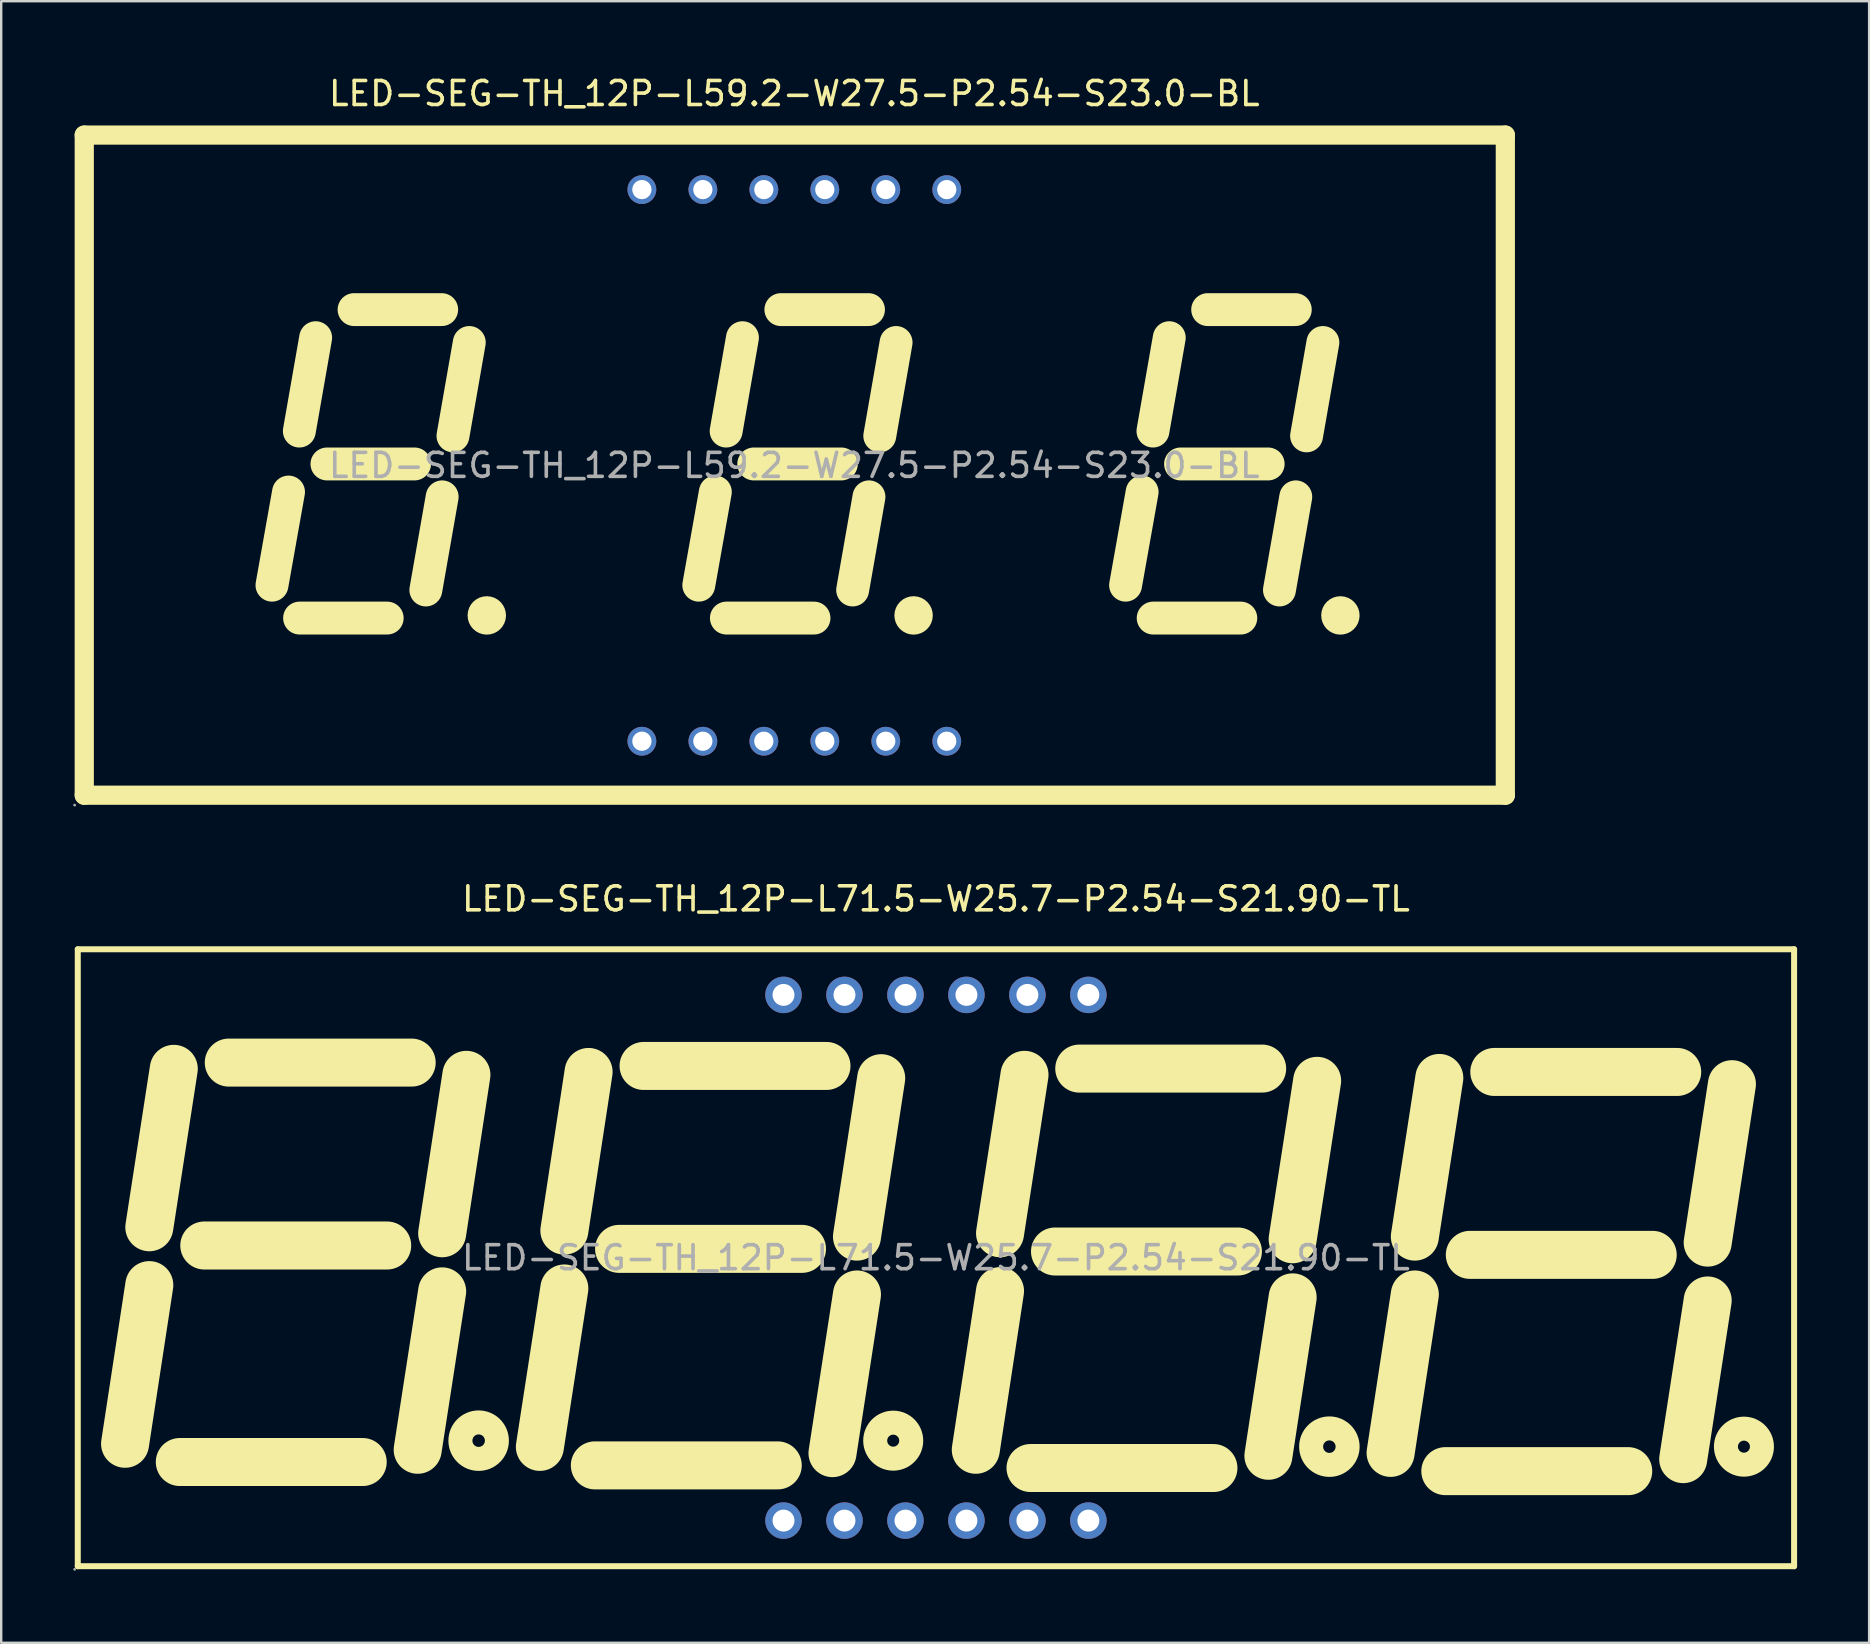
<source format=kicad_pcb>
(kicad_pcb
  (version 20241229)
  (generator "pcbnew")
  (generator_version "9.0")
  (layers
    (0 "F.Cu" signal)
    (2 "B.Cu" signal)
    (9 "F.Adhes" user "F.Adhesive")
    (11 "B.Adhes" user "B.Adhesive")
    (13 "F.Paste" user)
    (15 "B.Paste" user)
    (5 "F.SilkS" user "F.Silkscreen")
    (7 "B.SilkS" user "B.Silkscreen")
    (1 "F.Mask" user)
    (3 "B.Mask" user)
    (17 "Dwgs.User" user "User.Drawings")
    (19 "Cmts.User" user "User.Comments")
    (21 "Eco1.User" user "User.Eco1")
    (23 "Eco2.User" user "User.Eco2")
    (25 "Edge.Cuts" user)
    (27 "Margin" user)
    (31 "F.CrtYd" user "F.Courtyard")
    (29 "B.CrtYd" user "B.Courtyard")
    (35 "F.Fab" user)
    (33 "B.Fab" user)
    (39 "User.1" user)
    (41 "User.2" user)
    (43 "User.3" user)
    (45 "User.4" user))
  (footprint "LED-SEG-TH_12P-L59.2-W27.5-P2.54-S23.0-BL"
    (layer "F.Cu")
    (at 30.04 16.338)
    (property "Reference" "LED-SEG-TH_12P-L59.2-W27.5-P2.54-S23.0-BL" (at 0 -15.49 0) (layer "F.SilkS") (effects (font (size 1 1) (thickness 0.15))))
    (attr through_hole)
    (fp_line (start -29.58 -13.76) (end -29.58 13.74) (stroke (width 0.8) (type solid)) (layer "F.SilkS"))
    (fp_line (start -29.58 13.74) (end 29.62 13.74) (stroke (width 0.8) (type solid)) (layer "F.SilkS"))
    (fp_line (start -21.76 4.99) (end -21.07 1.11) (stroke (width 1.37) (type solid)) (layer "F.SilkS"))
    (fp_line (start -20.62 -1.43) (end -19.94 -5.32) (stroke (width 1.37) (type solid)) (layer "F.SilkS"))
    (fp_line (start -20.61 6.36) (end -16.96 6.36) (stroke (width 1.37) (type solid)) (layer "F.SilkS"))
    (fp_line (start -15.82 -0.06) (end -19.47 -0.06) (stroke (width 1.37) (type solid)) (layer "F.SilkS"))
    (fp_line (start -15.35 5.19) (end -14.67 1.31) (stroke (width 1.37) (type solid)) (layer "F.SilkS"))
    (fp_line (start -14.69 -6.49) (end -18.34 -6.49) (stroke (width 1.37) (type solid)) (layer "F.SilkS"))
    (fp_line (start -14.22 -1.23) (end -13.54 -5.12) (stroke (width 1.37) (type solid)) (layer "F.SilkS"))
    (fp_line (start -3.98 4.99) (end -3.29 1.11) (stroke (width 1.37) (type solid)) (layer "F.SilkS"))
    (fp_line (start -2.84 -1.43) (end -2.16 -5.32) (stroke (width 1.37) (type solid)) (layer "F.SilkS"))
    (fp_line (start -2.83 6.36) (end 0.82 6.36) (stroke (width 1.37) (type solid)) (layer "F.SilkS"))
    (fp_line (start 1.96 -0.06) (end -1.69 -0.06) (stroke (width 1.37) (type solid)) (layer "F.SilkS"))
    (fp_line (start 2.43 5.19) (end 3.11 1.31) (stroke (width 1.37) (type solid)) (layer "F.SilkS"))
    (fp_line (start 3.09 -6.49) (end -0.56 -6.49) (stroke (width 1.37) (type solid)) (layer "F.SilkS"))
    (fp_line (start 3.56 -1.23) (end 4.24 -5.12) (stroke (width 1.37) (type solid)) (layer "F.SilkS"))
    (fp_line (start 13.8 4.99) (end 14.49 1.11) (stroke (width 1.37) (type solid)) (layer "F.SilkS"))
    (fp_line (start 14.94 -1.43) (end 15.62 -5.32) (stroke (width 1.37) (type solid)) (layer "F.SilkS"))
    (fp_line (start 14.95 6.36) (end 18.6 6.36) (stroke (width 1.37) (type solid)) (layer "F.SilkS"))
    (fp_line (start 19.74 -0.06) (end 16.09 -0.06) (stroke (width 1.37) (type solid)) (layer "F.SilkS"))
    (fp_line (start 20.21 5.19) (end 20.89 1.31) (stroke (width 1.37) (type solid)) (layer "F.SilkS"))
    (fp_line (start 20.87 -6.49) (end 17.22 -6.49) (stroke (width 1.37) (type solid)) (layer "F.SilkS"))
    (fp_line (start 21.34 -1.23) (end 22.02 -5.12) (stroke (width 1.37) (type solid)) (layer "F.SilkS"))
    (fp_line (start 29.62 -13.76) (end -29.58 -13.76) (stroke (width 0.8) (type solid)) (layer "F.SilkS"))
    (fp_line (start 29.62 13.74) (end 29.62 -13.76) (stroke (width 0.8) (type solid)) (layer "F.SilkS"))
    (fp_arc (start -12.8 5.95) (mid -12.814999 6.550125) (end -12.810004 5.949833) (stroke (width 1) (type solid)) (layer "F.SilkS"))
    (fp_arc (start 4.98 5.95) (mid 4.965001 6.550125) (end 4.969996 5.949833) (stroke (width 1) (type solid)) (layer "F.SilkS"))
    (fp_arc (start 22.76 5.95) (mid 22.745001 6.550125) (end 22.749996 5.949833) (stroke (width 1) (type solid)) (layer "F.SilkS"))
    (fp_circle (center -29.98 14.15) (end -29.95 14.15) (stroke (width 0.06) (type solid)) (fill no) (layer "F.Fab"))
    (fp_circle (center -6.35 -11.49) (end -6.2 -11.49) (stroke (width 0.3) (type solid)) (fill no) (layer "F.Fab"))
    (fp_circle (center -6.35 11.49) (end -6.2 11.49) (stroke (width 0.3) (type solid)) (fill no) (layer "F.Fab"))
    (fp_circle (center -3.81 -11.49) (end -3.66 -11.49) (stroke (width 0.3) (type solid)) (fill no) (layer "F.Fab"))
    (fp_circle (center -3.81 11.49) (end -3.66 11.49) (stroke (width 0.3) (type solid)) (fill no) (layer "F.Fab"))
    (fp_circle (center -1.27 -11.49) (end -1.12 -11.49) (stroke (width 0.3) (type solid)) (fill no) (layer "F.Fab"))
    (fp_circle (center -1.27 11.49) (end -1.12 11.49) (stroke (width 0.3) (type solid)) (fill no) (layer "F.Fab"))
    (fp_circle (center 1.27 -11.49) (end 1.42 -11.49) (stroke (width 0.3) (type solid)) (fill no) (layer "F.Fab"))
    (fp_circle (center 1.27 11.49) (end 1.42 11.49) (stroke (width 0.3) (type solid)) (fill no) (layer "F.Fab"))
    (fp_circle (center 3.81 -11.49) (end 3.96 -11.49) (stroke (width 0.3) (type solid)) (fill no) (layer "F.Fab"))
    (fp_circle (center 3.81 11.49) (end 3.96 11.49) (stroke (width 0.3) (type solid)) (fill no) (layer "F.Fab"))
    (fp_circle (center 6.35 -11.49) (end 6.5 -11.49) (stroke (width 0.3) (type solid)) (fill no) (layer "F.Fab"))
    (fp_circle (center 6.35 11.49) (end 6.5 11.49) (stroke (width 0.3) (type solid)) (fill no) (layer "F.Fab"))
    (fp_text user "${REFERENCE}" (at 0 0 0) (layer "F.Fab") (effects (font (size 1 1) (thickness 0.15))))
    (pad "1" thru_hole circle (at -6.35 11.49 270) (size 1.2 1.2) (drill 0.8) (layers "*.Cu" "*.Paste" "*.Mask"))
    (pad "2" thru_hole circle (at -3.81 11.49 270) (size 1.2 1.2) (drill 0.8) (layers "*.Cu" "*.Paste" "*.Mask"))
    (pad "3" thru_hole circle (at -1.27 11.49 270) (size 1.2 1.2) (drill 0.8) (layers "*.Cu" "*.Paste" "*.Mask"))
    (pad "4" thru_hole circle (at 1.27 11.49 270) (size 1.2 1.2) (drill 0.8) (layers "*.Cu" "*.Paste" "*.Mask"))
    (pad "5" thru_hole circle (at 3.81 11.49 270) (size 1.2 1.2) (drill 0.8) (layers "*.Cu" "*.Paste" "*.Mask"))
    (pad "6" thru_hole circle (at 6.35 11.49 270) (size 1.2 1.2) (drill 0.8) (layers "*.Cu" "*.Paste" "*.Mask"))
    (pad "7" thru_hole circle (at 6.35 -11.49 270) (size 1.2 1.2) (drill 0.8) (layers "*.Cu" "*.Paste" "*.Mask"))
    (pad "8" thru_hole circle (at 3.81 -11.49 270) (size 1.2 1.2) (drill 0.8) (layers "*.Cu" "*.Paste" "*.Mask"))
    (pad "9" thru_hole circle (at 1.27 -11.49 270) (size 1.2 1.2) (drill 0.8) (layers "*.Cu" "*.Paste" "*.Mask"))
    (pad "10" thru_hole circle (at -1.27 -11.49 270) (size 1.2 1.2) (drill 0.8) (layers "*.Cu" "*.Paste" "*.Mask"))
    (pad "11" thru_hole circle (at -3.81 -11.49 270) (size 1.2 1.2) (drill 0.8) (layers "*.Cu" "*.Paste" "*.Mask"))
    (pad "12" thru_hole circle (at -6.35 -11.49 270) (size 1.2 1.2) (drill 0.8) (layers "*.Cu" "*.Paste" "*.Mask")))
  (footprint "LED-SEG-TH_12P-L71.5-W25.7-P2.54-S21.90-TL"
    (layer "F.Cu")
    (at 35.94 49.346)
    (property "Reference" "LED-SEG-TH_12P-L71.5-W25.7-P2.54-S21.90-TL" (at 0 -14.95 0) (layer "F.SilkS") (effects (font (size 1 1) (thickness 0.15))))
    (attr through_hole)
    (fp_line (start -35.75 -12.85) (end 35.75 -12.85) (stroke (width 0.25) (type solid)) (layer "F.SilkS"))
    (fp_line (start -35.75 12.85) (end -35.75 -12.85) (stroke (width 0.25) (type solid)) (layer "F.SilkS"))
    (fp_line (start -32.77 1.14) (end -33.78 7.75) (stroke (width 2) (type solid)) (layer "F.SilkS"))
    (fp_line (start -31.75 -7.87) (end -32.77 -1.27) (stroke (width 2) (type solid)) (layer "F.SilkS"))
    (fp_line (start -31.5 8.51) (end -23.88 8.51) (stroke (width 2) (type solid)) (layer "F.SilkS"))
    (fp_line (start -30.48 -0.51) (end -22.86 -0.51) (stroke (width 2) (type solid)) (layer "F.SilkS"))
    (fp_line (start -29.46 -8.13) (end -21.84 -8.13) (stroke (width 2) (type solid)) (layer "F.SilkS"))
    (fp_line (start -20.57 1.4) (end -21.59 8) (stroke (width 2) (type solid)) (layer "F.SilkS"))
    (fp_line (start -19.56 -7.62) (end -20.57 -1.02) (stroke (width 2) (type solid)) (layer "F.SilkS"))
    (fp_line (start -15.48 1.28) (end -16.5 7.88) (stroke (width 2) (type solid)) (layer "F.SilkS"))
    (fp_line (start -14.47 -7.74) (end -15.48 -1.13) (stroke (width 2) (type solid)) (layer "F.SilkS"))
    (fp_line (start -14.21 8.65) (end -6.59 8.65) (stroke (width 2) (type solid)) (layer "F.SilkS"))
    (fp_line (start -13.2 -0.37) (end -5.58 -0.37) (stroke (width 2) (type solid)) (layer "F.SilkS"))
    (fp_line (start -12.18 -7.99) (end -4.56 -7.99) (stroke (width 2) (type solid)) (layer "F.SilkS"))
    (fp_line (start -3.29 1.53) (end -4.31 8.14) (stroke (width 2) (type solid)) (layer "F.SilkS"))
    (fp_line (start -2.28 -7.48) (end -3.29 -0.88) (stroke (width 2) (type solid)) (layer "F.SilkS"))
    (fp_line (start 2.67 1.39) (end 1.66 8) (stroke (width 2) (type solid)) (layer "F.SilkS"))
    (fp_line (start 3.69 -7.62) (end 2.67 -1.02) (stroke (width 2) (type solid)) (layer "F.SilkS"))
    (fp_line (start 3.94 8.76) (end 11.56 8.76) (stroke (width 2) (type solid)) (layer "F.SilkS"))
    (fp_line (start 4.96 -0.26) (end 12.58 -0.26) (stroke (width 2) (type solid)) (layer "F.SilkS"))
    (fp_line (start 5.97 -7.88) (end 13.59 -7.88) (stroke (width 2) (type solid)) (layer "F.SilkS"))
    (fp_line (start 14.86 1.65) (end 13.85 8.25) (stroke (width 2) (type solid)) (layer "F.SilkS"))
    (fp_line (start 15.88 -7.37) (end 14.86 -0.77) (stroke (width 2) (type solid)) (layer "F.SilkS"))
    (fp_line (start 19.95 1.53) (end 18.94 8.13) (stroke (width 2) (type solid)) (layer "F.SilkS"))
    (fp_line (start 20.97 -7.49) (end 19.95 -0.88) (stroke (width 2) (type solid)) (layer "F.SilkS"))
    (fp_line (start 21.22 8.89) (end 28.84 8.89) (stroke (width 2) (type solid)) (layer "F.SilkS"))
    (fp_line (start 22.24 -0.12) (end 29.86 -0.12) (stroke (width 2) (type solid)) (layer "F.SilkS"))
    (fp_line (start 23.26 -7.74) (end 30.88 -7.74) (stroke (width 2) (type solid)) (layer "F.SilkS"))
    (fp_line (start 32.15 1.78) (end 31.13 8.39) (stroke (width 2) (type solid)) (layer "F.SilkS"))
    (fp_line (start 33.16 -7.23) (end 32.15 -0.63) (stroke (width 2) (type solid)) (layer "F.SilkS"))
    (fp_line (start 35.75 -12.85) (end 35.75 12.85) (stroke (width 0.25) (type solid)) (layer "F.SilkS"))
    (fp_line (start 35.75 12.85) (end -35.75 12.85) (stroke (width 0.25) (type solid)) (layer "F.SilkS"))
    (fp_circle (center -19.05 7.62) (end -18.29 7.62) (stroke (width 1) (type solid)) (fill no) (layer "F.SilkS"))
    (fp_circle (center -1.78 7.62) (end -1.03 7.62) (stroke (width 1) (type solid)) (fill no) (layer "F.SilkS"))
    (fp_circle (center 16.39 7.87) (end 17.15 7.87) (stroke (width 1) (type solid)) (fill no) (layer "F.SilkS"))
    (fp_circle (center 33.66 7.87) (end 34.41 7.87) (stroke (width 1) (type solid)) (fill no) (layer "F.SilkS"))
    (fp_circle (center -35.88 12.98) (end -35.85 12.98) (stroke (width 0.06) (type solid)) (fill no) (layer "F.Fab"))
    (fp_circle (center -6.35 -10.95) (end -6.17 -10.95) (stroke (width 0.36) (type solid)) (fill no) (layer "F.Fab"))
    (fp_circle (center -6.35 10.95) (end -6.17 10.95) (stroke (width 0.36) (type solid)) (fill no) (layer "F.Fab"))
    (fp_circle (center -3.81 -10.95) (end -3.63 -10.95) (stroke (width 0.36) (type solid)) (fill no) (layer "F.Fab"))
    (fp_circle (center -3.81 10.95) (end -3.63 10.95) (stroke (width 0.36) (type solid)) (fill no) (layer "F.Fab"))
    (fp_circle (center -1.27 -10.95) (end -1.09 -10.95) (stroke (width 0.36) (type solid)) (fill no) (layer "F.Fab"))
    (fp_circle (center -1.27 10.95) (end -1.09 10.95) (stroke (width 0.36) (type solid)) (fill no) (layer "F.Fab"))
    (fp_circle (center 1.27 -10.95) (end 1.45 -10.95) (stroke (width 0.36) (type solid)) (fill no) (layer "F.Fab"))
    (fp_circle (center 1.27 10.95) (end 1.45 10.95) (stroke (width 0.36) (type solid)) (fill no) (layer "F.Fab"))
    (fp_circle (center 3.81 -10.95) (end 3.99 -10.95) (stroke (width 0.36) (type solid)) (fill no) (layer "F.Fab"))
    (fp_circle (center 3.81 10.95) (end 3.99 10.95) (stroke (width 0.36) (type solid)) (fill no) (layer "F.Fab"))
    (fp_circle (center 6.35 -10.95) (end 6.53 -10.95) (stroke (width 0.36) (type solid)) (fill no) (layer "F.Fab"))
    (fp_circle (center 6.35 10.95) (end 6.53 10.95) (stroke (width 0.36) (type solid)) (fill no) (layer "F.Fab"))
    (fp_text user "${REFERENCE}" (at 0 0 0) (layer "F.Fab") (effects (font (size 1 1) (thickness 0.15))))
    (pad "1" thru_hole circle (at -6.35 10.95) (size 1.52 1.52) (drill 0.914) (layers "*.Cu" "*.Paste" "*.Mask"))
    (pad "2" thru_hole circle (at -3.81 10.95) (size 1.52 1.52) (drill 0.914) (layers "*.Cu" "*.Paste" "*.Mask"))
    (pad "3" thru_hole circle (at -1.27 10.95) (size 1.52 1.52) (drill 0.914) (layers "*.Cu" "*.Paste" "*.Mask"))
    (pad "4" thru_hole circle (at 1.27 10.95) (size 1.52 1.52) (drill 0.914) (layers "*.Cu" "*.Paste" "*.Mask"))
    (pad "5" thru_hole circle (at 3.81 10.95) (size 1.52 1.52) (drill 0.914) (layers "*.Cu" "*.Paste" "*.Mask"))
    (pad "6" thru_hole circle (at 6.35 10.95) (size 1.52 1.52) (drill 0.914) (layers "*.Cu" "*.Paste" "*.Mask"))
    (pad "7" thru_hole circle (at 6.35 -10.95) (size 1.52 1.52) (drill 0.914) (layers "*.Cu" "*.Paste" "*.Mask"))
    (pad "8" thru_hole circle (at 3.81 -10.95) (size 1.52 1.52) (drill 0.914) (layers "*.Cu" "*.Paste" "*.Mask"))
    (pad "9" thru_hole circle (at 1.27 -10.95) (size 1.52 1.52) (drill 0.914) (layers "*.Cu" "*.Paste" "*.Mask"))
    (pad "10" thru_hole circle (at -1.27 -10.95) (size 1.52 1.52) (drill 0.914) (layers "*.Cu" "*.Paste" "*.Mask"))
    (pad "11" thru_hole circle (at -3.81 -10.95) (size 1.52 1.52) (drill 0.914) (layers "*.Cu" "*.Paste" "*.Mask"))
    (pad "12" thru_hole circle (at -6.35 -10.95) (size 1.52 1.52) (drill 0.914) (layers "*.Cu" "*.Paste" "*.Mask")))
  (gr_rect
    (start -3 -3)
    (end 74.815 65.386)
    (stroke (width 0.1) (type default))
    (fill no)
    (layer "Edge.Cuts")))
</source>
